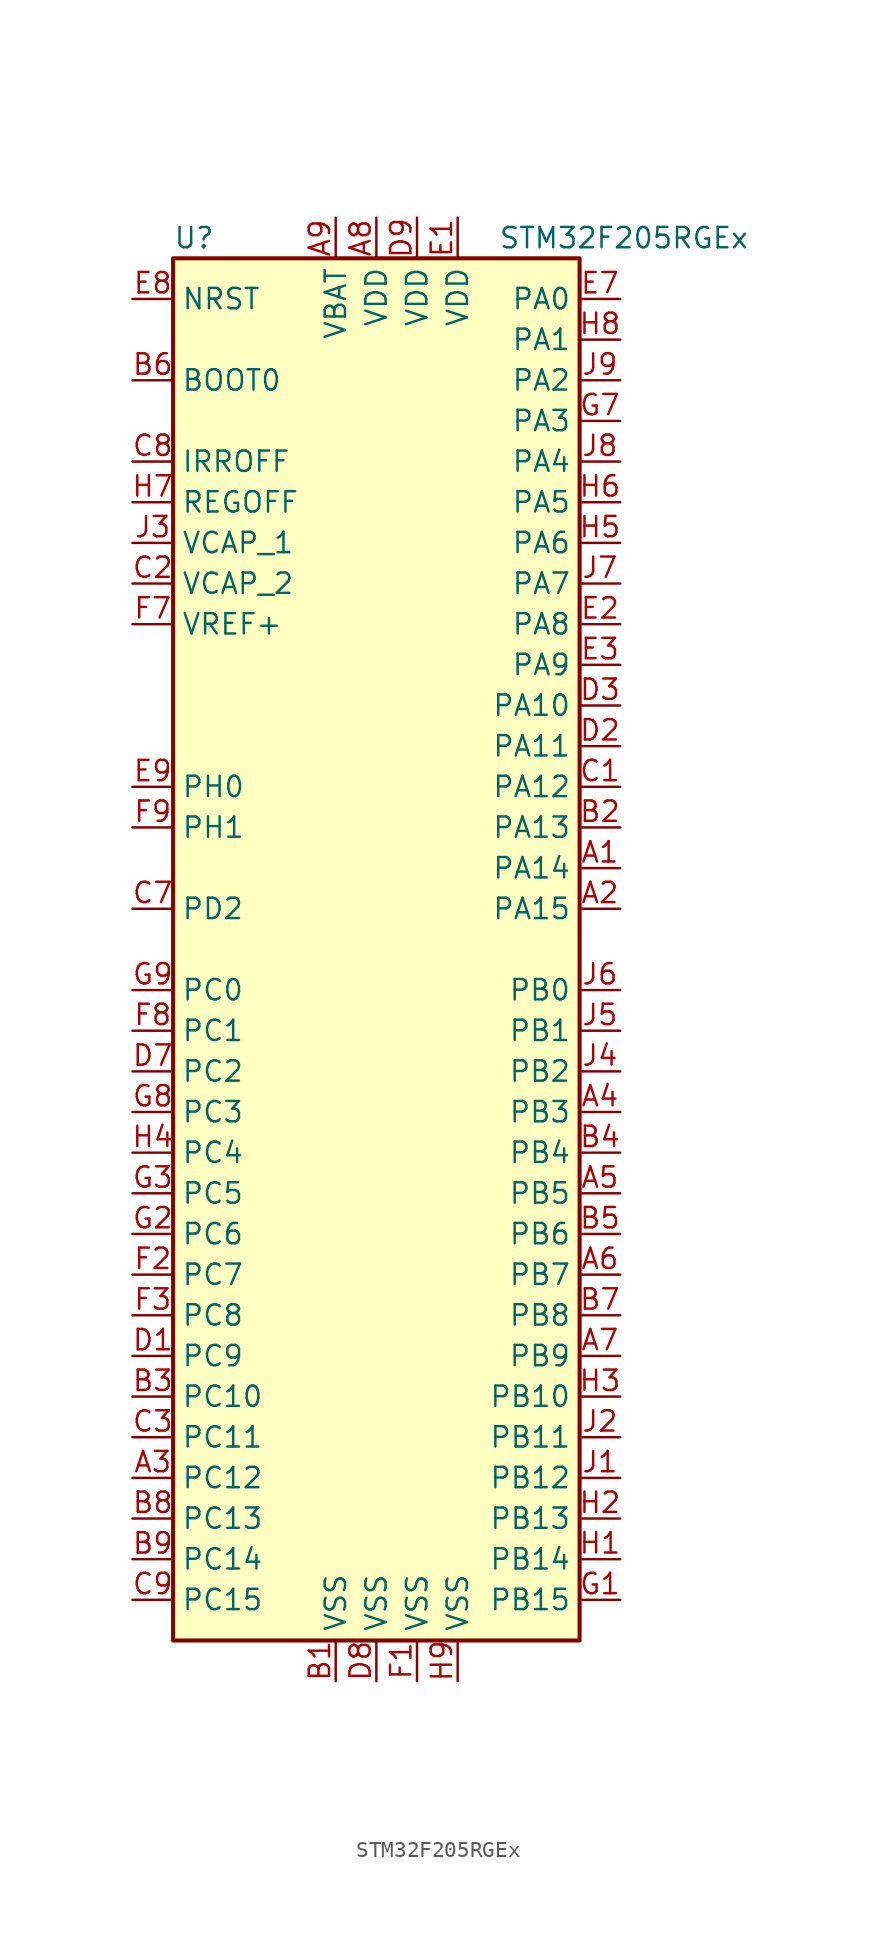
<source format=kicad_sym>
(kicad_symbol_lib
  (version 20201005)
  (generator kicad_symbol_editor)
  (symbol "STM32F205RGEx"
    (property "Reference" "U"
      (at -12.7 44.45 0)
      (effects (font (size 1.27 1.27)) (justify left)))
    (property "Value" "STM32F205RGEx"
      (at 7.62 44.45 0)
      (effects (font (size 1.27 1.27)) (justify left)))
    (symbol "STM32F205RGEx_0_1"
      (rectangle (start -12.7 -43.18) (end 12.7 43.18) (stroke (width 0.254)) (fill (type background))))
    (symbol "STM32F205RGEx_1_1"
      (pin bidirectional line (at 15.24 5.08 180) (length 2.54) (name "PA14" (effects (font (size 1.27 1.27)))) (number "A1" (effects (font (size 1.27 1.27)))))
      (pin bidirectional line (at 15.24 2.54 180) (length 2.54) (name "PA15" (effects (font (size 1.27 1.27)))) (number "A2" (effects (font (size 1.27 1.27)))))
      (pin bidirectional line (at -15.24 -33.02 0) (length 2.54) (name "PC12" (effects (font (size 1.27 1.27)))) (number "A3" (effects (font (size 1.27 1.27)))))
      (pin bidirectional line (at 15.24 -10.16 180) (length 2.54) (name "PB3" (effects (font (size 1.27 1.27)))) (number "A4" (effects (font (size 1.27 1.27)))))
      (pin bidirectional line (at 15.24 -15.24 180) (length 2.54) (name "PB5" (effects (font (size 1.27 1.27)))) (number "A5" (effects (font (size 1.27 1.27)))))
      (pin bidirectional line (at 15.24 -20.32 180) (length 2.54) (name "PB7" (effects (font (size 1.27 1.27)))) (number "A6" (effects (font (size 1.27 1.27)))))
      (pin bidirectional line (at 15.24 -25.4 180) (length 2.54) (name "PB9" (effects (font (size 1.27 1.27)))) (number "A7" (effects (font (size 1.27 1.27)))))
      (pin power_in line (at 0 45.72 270) (length 2.54) (name "VDD" (effects (font (size 1.27 1.27)))) (number "A8" (effects (font (size 1.27 1.27)))))
      (pin power_in line (at -2.54 45.72 270) (length 2.54) (name "VBAT" (effects (font (size 1.27 1.27)))) (number "A9" (effects (font (size 1.27 1.27)))))
      (pin power_in line (at -2.54 -45.72 90) (length 2.54) (name "VSS" (effects (font (size 1.27 1.27)))) (number "B1" (effects (font (size 1.27 1.27)))))
      (pin bidirectional line (at 15.24 7.62 180) (length 2.54) (name "PA13" (effects (font (size 1.27 1.27)))) (number "B2" (effects (font (size 1.27 1.27)))))
      (pin bidirectional line (at -15.24 -27.94 0) (length 2.54) (name "PC10" (effects (font (size 1.27 1.27)))) (number "B3" (effects (font (size 1.27 1.27)))))
      (pin bidirectional line (at 15.24 -12.7 180) (length 2.54) (name "PB4" (effects (font (size 1.27 1.27)))) (number "B4" (effects (font (size 1.27 1.27)))))
      (pin bidirectional line (at 15.24 -17.78 180) (length 2.54) (name "PB6" (effects (font (size 1.27 1.27)))) (number "B5" (effects (font (size 1.27 1.27)))))
      (pin input line (at -15.24 35.56 0) (length 2.54) (name "BOOT0" (effects (font (size 1.27 1.27)))) (number "B6" (effects (font (size 1.27 1.27)))))
      (pin bidirectional line (at 15.24 -22.86 180) (length 2.54) (name "PB8" (effects (font (size 1.27 1.27)))) (number "B7" (effects (font (size 1.27 1.27)))))
      (pin bidirectional line (at -15.24 -35.56 0) (length 2.54) (name "PC13" (effects (font (size 1.27 1.27)))) (number "B8" (effects (font (size 1.27 1.27)))))
      (pin bidirectional line (at -15.24 -38.1 0) (length 2.54) (name "PC14" (effects (font (size 1.27 1.27)))) (number "B9" (effects (font (size 1.27 1.27)))))
      (pin bidirectional line (at 15.24 10.16 180) (length 2.54) (name "PA12" (effects (font (size 1.27 1.27)))) (number "C1" (effects (font (size 1.27 1.27)))))
      (pin power_in line (at -15.24 22.86 0) (length 2.54) (name "VCAP_2" (effects (font (size 1.27 1.27)))) (number "C2" (effects (font (size 1.27 1.27)))))
      (pin bidirectional line (at -15.24 -30.48 0) (length 2.54) (name "PC11" (effects (font (size 1.27 1.27)))) (number "C3" (effects (font (size 1.27 1.27)))))
      (pin bidirectional line (at -15.24 2.54 0) (length 2.54) (name "PD2" (effects (font (size 1.27 1.27)))) (number "C7" (effects (font (size 1.27 1.27)))))
      (pin power_in line (at -15.24 30.48 0) (length 2.54) (name "IRROFF" (effects (font (size 1.27 1.27)))) (number "C8" (effects (font (size 1.27 1.27)))))
      (pin bidirectional line (at -15.24 -40.64 0) (length 2.54) (name "PC15" (effects (font (size 1.27 1.27)))) (number "C9" (effects (font (size 1.27 1.27)))))
      (pin bidirectional line (at -15.24 -25.4 0) (length 2.54) (name "PC9" (effects (font (size 1.27 1.27)))) (number "D1" (effects (font (size 1.27 1.27)))))
      (pin bidirectional line (at 15.24 12.7 180) (length 2.54) (name "PA11" (effects (font (size 1.27 1.27)))) (number "D2" (effects (font (size 1.27 1.27)))))
      (pin bidirectional line (at 15.24 15.24 180) (length 2.54) (name "PA10" (effects (font (size 1.27 1.27)))) (number "D3" (effects (font (size 1.27 1.27)))))
      (pin bidirectional line (at -15.24 -7.62 0) (length 2.54) (name "PC2" (effects (font (size 1.27 1.27)))) (number "D7" (effects (font (size 1.27 1.27)))))
      (pin power_in line (at 0 -45.72 90) (length 2.54) (name "VSS" (effects (font (size 1.27 1.27)))) (number "D8" (effects (font (size 1.27 1.27)))))
      (pin power_in line (at 2.54 45.72 270) (length 2.54) (name "VDD" (effects (font (size 1.27 1.27)))) (number "D9" (effects (font (size 1.27 1.27)))))
      (pin power_in line (at 5.08 45.72 270) (length 2.54) (name "VDD" (effects (font (size 1.27 1.27)))) (number "E1" (effects (font (size 1.27 1.27)))))
      (pin bidirectional line (at 15.24 20.32 180) (length 2.54) (name "PA8" (effects (font (size 1.27 1.27)))) (number "E2" (effects (font (size 1.27 1.27)))))
      (pin bidirectional line (at 15.24 17.78 180) (length 2.54) (name "PA9" (effects (font (size 1.27 1.27)))) (number "E3" (effects (font (size 1.27 1.27)))))
      (pin bidirectional line (at 15.24 40.64 180) (length 2.54) (name "PA0" (effects (font (size 1.27 1.27)))) (number "E7" (effects (font (size 1.27 1.27)))))
      (pin input line (at -15.24 40.64 0) (length 2.54) (name "NRST" (effects (font (size 1.27 1.27)))) (number "E8" (effects (font (size 1.27 1.27)))))
      (pin input line (at -15.24 10.16 0) (length 2.54) (name "PH0" (effects (font (size 1.27 1.27)))) (number "E9" (effects (font (size 1.27 1.27)))))
      (pin power_in line (at 2.54 -45.72 90) (length 2.54) (name "VSS" (effects (font (size 1.27 1.27)))) (number "F1" (effects (font (size 1.27 1.27)))))
      (pin bidirectional line (at -15.24 -20.32 0) (length 2.54) (name "PC7" (effects (font (size 1.27 1.27)))) (number "F2" (effects (font (size 1.27 1.27)))))
      (pin bidirectional line (at -15.24 -22.86 0) (length 2.54) (name "PC8" (effects (font (size 1.27 1.27)))) (number "F3" (effects (font (size 1.27 1.27)))))
      (pin power_in line (at -15.24 20.32 0) (length 2.54) (name "VREF+" (effects (font (size 1.27 1.27)))) (number "F7" (effects (font (size 1.27 1.27)))))
      (pin bidirectional line (at -15.24 -5.08 0) (length 2.54) (name "PC1" (effects (font (size 1.27 1.27)))) (number "F8" (effects (font (size 1.27 1.27)))))
      (pin input line (at -15.24 7.62 0) (length 2.54) (name "PH1" (effects (font (size 1.27 1.27)))) (number "F9" (effects (font (size 1.27 1.27)))))
      (pin bidirectional line (at 15.24 -40.64 180) (length 2.54) (name "PB15" (effects (font (size 1.27 1.27)))) (number "G1" (effects (font (size 1.27 1.27)))))
      (pin bidirectional line (at -15.24 -17.78 0) (length 2.54) (name "PC6" (effects (font (size 1.27 1.27)))) (number "G2" (effects (font (size 1.27 1.27)))))
      (pin bidirectional line (at -15.24 -15.24 0) (length 2.54) (name "PC5" (effects (font (size 1.27 1.27)))) (number "G3" (effects (font (size 1.27 1.27)))))
      (pin bidirectional line (at 15.24 33.02 180) (length 2.54) (name "PA3" (effects (font (size 1.27 1.27)))) (number "G7" (effects (font (size 1.27 1.27)))))
      (pin bidirectional line (at -15.24 -10.16 0) (length 2.54) (name "PC3" (effects (font (size 1.27 1.27)))) (number "G8" (effects (font (size 1.27 1.27)))))
      (pin bidirectional line (at -15.24 -2.54 0) (length 2.54) (name "PC0" (effects (font (size 1.27 1.27)))) (number "G9" (effects (font (size 1.27 1.27)))))
      (pin bidirectional line (at 15.24 -38.1 180) (length 2.54) (name "PB14" (effects (font (size 1.27 1.27)))) (number "H1" (effects (font (size 1.27 1.27)))))
      (pin bidirectional line (at 15.24 -35.56 180) (length 2.54) (name "PB13" (effects (font (size 1.27 1.27)))) (number "H2" (effects (font (size 1.27 1.27)))))
      (pin bidirectional line (at 15.24 -27.94 180) (length 2.54) (name "PB10" (effects (font (size 1.27 1.27)))) (number "H3" (effects (font (size 1.27 1.27)))))
      (pin bidirectional line (at -15.24 -12.7 0) (length 2.54) (name "PC4" (effects (font (size 1.27 1.27)))) (number "H4" (effects (font (size 1.27 1.27)))))
      (pin bidirectional line (at 15.24 25.4 180) (length 2.54) (name "PA6" (effects (font (size 1.27 1.27)))) (number "H5" (effects (font (size 1.27 1.27)))))
      (pin bidirectional line (at 15.24 27.94 180) (length 2.54) (name "PA5" (effects (font (size 1.27 1.27)))) (number "H6" (effects (font (size 1.27 1.27)))))
      (pin power_in line (at -15.24 27.94 0) (length 2.54) (name "REGOFF" (effects (font (size 1.27 1.27)))) (number "H7" (effects (font (size 1.27 1.27)))))
      (pin bidirectional line (at 15.24 38.1 180) (length 2.54) (name "PA1" (effects (font (size 1.27 1.27)))) (number "H8" (effects (font (size 1.27 1.27)))))
      (pin power_in line (at 5.08 -45.72 90) (length 2.54) (name "VSS" (effects (font (size 1.27 1.27)))) (number "H9" (effects (font (size 1.27 1.27)))))
      (pin bidirectional line (at 15.24 -33.02 180) (length 2.54) (name "PB12" (effects (font (size 1.27 1.27)))) (number "J1" (effects (font (size 1.27 1.27)))))
      (pin bidirectional line (at 15.24 -30.48 180) (length 2.54) (name "PB11" (effects (font (size 1.27 1.27)))) (number "J2" (effects (font (size 1.27 1.27)))))
      (pin power_in line (at -15.24 25.4 0) (length 2.54) (name "VCAP_1" (effects (font (size 1.27 1.27)))) (number "J3" (effects (font (size 1.27 1.27)))))
      (pin bidirectional line (at 15.24 -7.62 180) (length 2.54) (name "PB2" (effects (font (size 1.27 1.27)))) (number "J4" (effects (font (size 1.27 1.27)))))
      (pin bidirectional line (at 15.24 -5.08 180) (length 2.54) (name "PB1" (effects (font (size 1.27 1.27)))) (number "J5" (effects (font (size 1.27 1.27)))))
      (pin bidirectional line (at 15.24 -2.54 180) (length 2.54) (name "PB0" (effects (font (size 1.27 1.27)))) (number "J6" (effects (font (size 1.27 1.27)))))
      (pin bidirectional line (at 15.24 22.86 180) (length 2.54) (name "PA7" (effects (font (size 1.27 1.27)))) (number "J7" (effects (font (size 1.27 1.27)))))
      (pin bidirectional line (at 15.24 30.48 180) (length 2.54) (name "PA4" (effects (font (size 1.27 1.27)))) (number "J8" (effects (font (size 1.27 1.27)))))
      (pin bidirectional line (at 15.24 35.56 180) (length 2.54) (name "PA2" (effects (font (size 1.27 1.27)))) (number "J9" (effects (font (size 1.27 1.27))))))))
</source>
